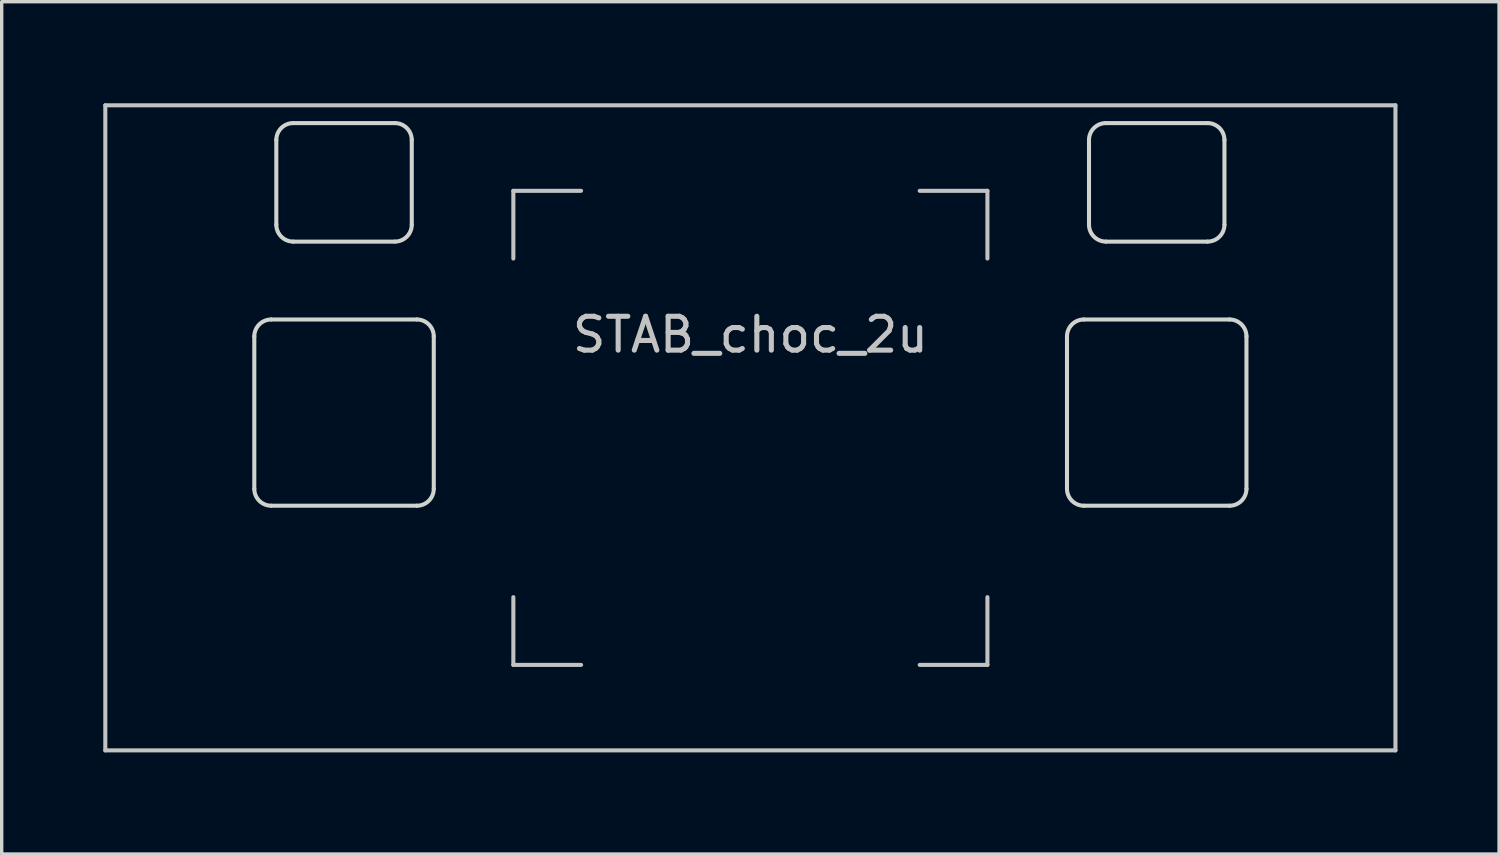
<source format=kicad_pcb>
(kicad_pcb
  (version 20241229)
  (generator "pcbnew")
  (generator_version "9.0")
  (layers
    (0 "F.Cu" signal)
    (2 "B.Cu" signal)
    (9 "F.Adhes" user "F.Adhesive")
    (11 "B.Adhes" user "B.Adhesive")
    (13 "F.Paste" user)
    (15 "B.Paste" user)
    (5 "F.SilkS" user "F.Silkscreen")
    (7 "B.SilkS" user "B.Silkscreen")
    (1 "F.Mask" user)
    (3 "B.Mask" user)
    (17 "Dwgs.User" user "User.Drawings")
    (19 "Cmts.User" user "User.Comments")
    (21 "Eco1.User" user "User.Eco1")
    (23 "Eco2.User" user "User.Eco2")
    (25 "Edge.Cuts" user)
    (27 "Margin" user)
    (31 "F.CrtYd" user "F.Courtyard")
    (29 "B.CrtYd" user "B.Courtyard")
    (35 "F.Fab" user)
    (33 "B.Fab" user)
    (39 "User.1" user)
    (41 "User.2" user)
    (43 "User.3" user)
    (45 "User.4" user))
  (footprint "STAB_choc_2u"
    (layer "F.Cu")
    (at 19.11 9.585)
    (property "Reference" "STAB_choc_2u" (at 0 -2.75 180) (layer "Dwgs.User") (effects (font (size 1 1) (thickness 0.15))))
    (attr exclude_from_pos_files exclude_from_bom)
    (fp_line (start -19.05 -9.525) (end -19.05 9.525) (stroke (width 0.12) (type solid)) (layer "Dwgs.User"))
    (fp_line (start -19.05 9.525) (end 19.05 9.525) (stroke (width 0.12) (type solid)) (layer "Dwgs.User"))
    (fp_line (start -7 -7) (end -7 -5) (stroke (width 0.12) (type solid)) (layer "Dwgs.User"))
    (fp_line (start -7 -7) (end -5 -7) (stroke (width 0.12) (type solid)) (layer "Dwgs.User"))
    (fp_line (start -7 7) (end -7 5) (stroke (width 0.12) (type solid)) (layer "Dwgs.User"))
    (fp_line (start -7 7) (end -5 7) (stroke (width 0.12) (type solid)) (layer "Dwgs.User"))
    (fp_line (start 7 -7) (end 5 -7) (stroke (width 0.12) (type solid)) (layer "Dwgs.User"))
    (fp_line (start 7 -7) (end 7 -5) (stroke (width 0.12) (type solid)) (layer "Dwgs.User"))
    (fp_line (start 7 5) (end 7 7) (stroke (width 0.12) (type solid)) (layer "Dwgs.User"))
    (fp_line (start 7 7) (end 5 7) (stroke (width 0.12) (type solid)) (layer "Dwgs.User"))
    (fp_line (start 19.05 -9.525) (end -19.05 -9.525) (stroke (width 0.12) (type solid)) (layer "Dwgs.User"))
    (fp_line (start 19.05 9.525) (end 19.05 -9.525) (stroke (width 0.12) (type solid)) (layer "Dwgs.User"))
    (fp_line (start -15.15 3.1) (end -15.15 -8.9) (stroke (width 0.12) (type solid)) (layer "Eco1.User"))
    (fp_line (start -14.65 -9.4) (end -9.35 -9.4) (stroke (width 0.12) (type solid)) (layer "Eco1.User"))
    (fp_line (start -14.65 3.6) (end -9.35 3.6) (stroke (width 0.12) (type solid)) (layer "Eco1.User"))
    (fp_line (start -8.85 -8.9) (end -8.85 3.1) (stroke (width 0.12) (type solid)) (layer "Eco1.User"))
    (fp_line (start 8.85 3.1) (end 8.85 -8.9) (stroke (width 0.12) (type solid)) (layer "Eco1.User"))
    (fp_line (start 9.35 -9.4) (end 14.65 -9.4) (stroke (width 0.12) (type solid)) (layer "Eco1.User"))
    (fp_line (start 9.35 3.6) (end 14.65 3.6) (stroke (width 0.12) (type solid)) (layer "Eco1.User"))
    (fp_line (start 15.15 -8.9) (end 15.15 3.1) (stroke (width 0.12) (type solid)) (layer "Eco1.User"))
    (fp_arc (start -15.15 -8.9) (mid -15.003553 -9.253553) (end -14.65 -9.4) (stroke (width 0.12) (type solid)) (layer "Eco1.User"))
    (fp_arc (start -14.65 3.6) (mid -15.003553 3.453553) (end -15.15 3.1) (stroke (width 0.12) (type solid)) (layer "Eco1.User"))
    (fp_arc (start -9.35 -9.4) (mid -8.996447 -9.253553) (end -8.85 -8.9) (stroke (width 0.12) (type solid)) (layer "Eco1.User"))
    (fp_arc (start -8.85 3.1) (mid -8.996447 3.453553) (end -9.35 3.6) (stroke (width 0.12) (type solid)) (layer "Eco1.User"))
    (fp_arc (start 8.85 -8.9) (mid 8.996447 -9.253553) (end 9.35 -9.4) (stroke (width 0.12) (type solid)) (layer "Eco1.User"))
    (fp_arc (start 9.35 3.6) (mid 8.996447 3.453553) (end 8.85 3.1) (stroke (width 0.12) (type solid)) (layer "Eco1.User"))
    (fp_arc (start 14.65 -9.4) (mid 15.003553 -9.253553) (end 15.15 -8.9) (stroke (width 0.12) (type solid)) (layer "Eco1.User"))
    (fp_arc (start 15.15 3.1) (mid 15.003553 3.453553) (end 14.65 3.6) (stroke (width 0.12) (type solid)) (layer "Eco1.User"))
    (fp_line (start -15.15 2.55) (end -15.15 -3.3) (stroke (width 0.05) (type solid)) (layer "Eco2.User"))
    (fp_line (start -14.65 -3.8) (end -14.3 -3.8) (stroke (width 0.05) (type solid)) (layer "Eco2.User"))
    (fp_line (start -14.65 3.05) (end -9.35 3.05) (stroke (width 0.05) (type solid)) (layer "Eco2.User"))
    (fp_line (start -13.8 -4.3) (end -13.8 -7.95) (stroke (width 0.05) (type solid)) (layer "Eco2.User"))
    (fp_line (start -13.3 -8.45) (end -10.7 -8.45) (stroke (width 0.05) (type solid)) (layer "Eco2.User"))
    (fp_line (start -10.2 -4.3) (end -10.2 -7.95) (stroke (width 0.05) (type solid)) (layer "Eco2.User"))
    (fp_line (start -9.35 -3.8) (end -9.7 -3.8) (stroke (width 0.05) (type solid)) (layer "Eco2.User"))
    (fp_line (start -8.85 2.55) (end -8.85 -3.3) (stroke (width 0.05) (type solid)) (layer "Eco2.User"))
    (fp_line (start 8.85 2.55) (end 8.85 -3.3) (stroke (width 0.05) (type solid)) (layer "Eco2.User"))
    (fp_line (start 9.35 -3.8) (end 9.7 -3.8) (stroke (width 0.05) (type solid)) (layer "Eco2.User"))
    (fp_line (start 10.2 -4.3) (end 10.2 -7.95) (stroke (width 0.05) (type solid)) (layer "Eco2.User"))
    (fp_line (start 13.3 -8.45) (end 10.7 -8.45) (stroke (width 0.05) (type solid)) (layer "Eco2.User"))
    (fp_line (start 13.8 -4.3) (end 13.8 -7.95) (stroke (width 0.05) (type solid)) (layer "Eco2.User"))
    (fp_line (start 14.65 -3.8) (end 14.3 -3.8) (stroke (width 0.05) (type solid)) (layer "Eco2.User"))
    (fp_line (start 14.65 3.05) (end 9.35 3.05) (stroke (width 0.05) (type solid)) (layer "Eco2.User"))
    (fp_line (start 15.15 2.55) (end 15.15 -3.3) (stroke (width 0.05) (type solid)) (layer "Eco2.User"))
    (fp_arc (start -15.15 -3.3) (mid -15.003553 -3.653553) (end -14.65 -3.8) (stroke (width 0.05) (type solid)) (layer "Eco2.User"))
    (fp_arc (start -14.65 3.05) (mid -15.003553 2.903553) (end -15.15 2.55) (stroke (width 0.05) (type solid)) (layer "Eco2.User"))
    (fp_arc (start -13.8 -7.95) (mid -13.653553 -8.303553) (end -13.3 -8.45) (stroke (width 0.05) (type solid)) (layer "Eco2.User"))
    (fp_arc (start -13.8 -4.3) (mid -13.946447 -3.946447) (end -14.3 -3.8) (stroke (width 0.05) (type solid)) (layer "Eco2.User"))
    (fp_arc (start -10.7 -8.45) (mid -10.346447 -8.303553) (end -10.2 -7.95) (stroke (width 0.05) (type solid)) (layer "Eco2.User"))
    (fp_arc (start -9.7 -3.8) (mid -10.053553 -3.946447) (end -10.2 -4.3) (stroke (width 0.05) (type solid)) (layer "Eco2.User"))
    (fp_arc (start -9.35 -3.8) (mid -8.996447 -3.653553) (end -8.85 -3.3) (stroke (width 0.05) (type solid)) (layer "Eco2.User"))
    (fp_arc (start -8.85 2.55) (mid -8.996447 2.903553) (end -9.35 3.05) (stroke (width 0.05) (type solid)) (layer "Eco2.User"))
    (fp_arc (start 8.85 -3.3) (mid 8.996447 -3.653553) (end 9.35 -3.8) (stroke (width 0.05) (type solid)) (layer "Eco2.User"))
    (fp_arc (start 9.35 3.05) (mid 8.996447 2.903553) (end 8.85 2.55) (stroke (width 0.05) (type solid)) (layer "Eco2.User"))
    (fp_arc (start 10.2 -7.95) (mid 10.346447 -8.303553) (end 10.7 -8.45) (stroke (width 0.05) (type solid)) (layer "Eco2.User"))
    (fp_arc (start 10.2 -4.3) (mid 10.053553 -3.946447) (end 9.7 -3.8) (stroke (width 0.05) (type solid)) (layer "Eco2.User"))
    (fp_arc (start 13.3 -8.45) (mid 13.653553 -8.303553) (end 13.8 -7.95) (stroke (width 0.05) (type solid)) (layer "Eco2.User"))
    (fp_arc (start 14.3 -3.8) (mid 13.946447 -3.946447) (end 13.8 -4.3) (stroke (width 0.05) (type solid)) (layer "Eco2.User"))
    (fp_arc (start 14.65 -3.8) (mid 15.003553 -3.653553) (end 15.15 -3.3) (stroke (width 0.05) (type solid)) (layer "Eco2.User"))
    (fp_arc (start 15.15 2.55) (mid 15.003553 2.903553) (end 14.65 3.05) (stroke (width 0.05) (type solid)) (layer "Eco2.User"))
    (fp_line (start -14.65 1.8) (end -14.65 -2.7) (stroke (width 0.12) (type solid)) (layer "Edge.Cuts"))
    (fp_line (start -14.15 -3.2) (end -9.85 -3.2) (stroke (width 0.12) (type solid)) (layer "Edge.Cuts"))
    (fp_line (start -14.15 2.3) (end -9.85 2.3) (stroke (width 0.12) (type solid)) (layer "Edge.Cuts"))
    (fp_line (start -14 -6) (end -14 -8.5) (stroke (width 0.12) (type solid)) (layer "Edge.Cuts"))
    (fp_line (start -13.5 -9) (end -10.5 -9) (stroke (width 0.12) (type solid)) (layer "Edge.Cuts"))
    (fp_line (start -13.5 -5.5) (end -10.5 -5.5) (stroke (width 0.12) (type solid)) (layer "Edge.Cuts"))
    (fp_line (start -10 -6) (end -10 -8.5) (stroke (width 0.12) (type solid)) (layer "Edge.Cuts"))
    (fp_line (start -9.35 1.8) (end -9.35 -2.7) (stroke (width 0.12) (type solid)) (layer "Edge.Cuts"))
    (fp_line (start 9.35 1.8) (end 9.35 -2.7) (stroke (width 0.12) (type solid)) (layer "Edge.Cuts"))
    (fp_line (start 10 -6) (end 10 -8.5) (stroke (width 0.12) (type solid)) (layer "Edge.Cuts"))
    (fp_line (start 13.5 -9) (end 10.5 -9) (stroke (width 0.12) (type solid)) (layer "Edge.Cuts"))
    (fp_line (start 13.5 -5.5) (end 10.5 -5.5) (stroke (width 0.12) (type solid)) (layer "Edge.Cuts"))
    (fp_line (start 14 -6) (end 14 -8.5) (stroke (width 0.12) (type solid)) (layer "Edge.Cuts"))
    (fp_line (start 14.15 -3.2) (end 9.85 -3.2) (stroke (width 0.12) (type solid)) (layer "Edge.Cuts"))
    (fp_line (start 14.15 2.3) (end 9.85 2.3) (stroke (width 0.12) (type solid)) (layer "Edge.Cuts"))
    (fp_line (start 14.65 1.8) (end 14.65 -2.7) (stroke (width 0.12) (type solid)) (layer "Edge.Cuts"))
    (fp_arc (start -14.65 -2.7) (mid -14.503553 -3.053553) (end -14.15 -3.2) (stroke (width 0.12) (type solid)) (layer "Edge.Cuts"))
    (fp_arc (start -14.15 2.3) (mid -14.503553 2.153553) (end -14.65 1.8) (stroke (width 0.12) (type solid)) (layer "Edge.Cuts"))
    (fp_arc (start -14 -8.5) (mid -13.853553 -8.853553) (end -13.5 -9) (stroke (width 0.12) (type solid)) (layer "Edge.Cuts"))
    (fp_arc (start -13.5 -5.5) (mid -13.853553 -5.646447) (end -14 -6) (stroke (width 0.12) (type solid)) (layer "Edge.Cuts"))
    (fp_arc (start -10.5 -9) (mid -10.146447 -8.853553) (end -10 -8.5) (stroke (width 0.12) (type solid)) (layer "Edge.Cuts"))
    (fp_arc (start -10 -6) (mid -10.146447 -5.646447) (end -10.5 -5.5) (stroke (width 0.12) (type solid)) (layer "Edge.Cuts"))
    (fp_arc (start -9.85 -3.2) (mid -9.496447 -3.053553) (end -9.35 -2.7) (stroke (width 0.12) (type solid)) (layer "Edge.Cuts"))
    (fp_arc (start -9.35 1.8) (mid -9.496447 2.153553) (end -9.85 2.3) (stroke (width 0.12) (type solid)) (layer "Edge.Cuts"))
    (fp_arc (start 9.35 -2.7) (mid 9.496447 -3.053553) (end 9.85 -3.2) (stroke (width 0.12) (type solid)) (layer "Edge.Cuts"))
    (fp_arc (start 9.85 2.3) (mid 9.496447 2.153553) (end 9.35 1.8) (stroke (width 0.12) (type solid)) (layer "Edge.Cuts"))
    (fp_arc (start 10 -8.5) (mid 10.146447 -8.853553) (end 10.5 -9) (stroke (width 0.12) (type solid)) (layer "Edge.Cuts"))
    (fp_arc (start 10.5 -5.5) (mid 10.146447 -5.646447) (end 10 -6) (stroke (width 0.12) (type solid)) (layer "Edge.Cuts"))
    (fp_arc (start 13.5 -9) (mid 13.853553 -8.853553) (end 14 -8.5) (stroke (width 0.12) (type solid)) (layer "Edge.Cuts"))
    (fp_arc (start 14 -6) (mid 13.853553 -5.646447) (end 13.5 -5.5) (stroke (width 0.12) (type solid)) (layer "Edge.Cuts"))
    (fp_arc (start 14.15 -3.2) (mid 14.503553 -3.053553) (end 14.65 -2.7) (stroke (width 0.12) (type solid)) (layer "Edge.Cuts"))
    (fp_arc (start 14.65 1.8) (mid 14.503553 2.153553) (end 14.15 2.3) (stroke (width 0.12) (type solid)) (layer "Edge.Cuts")))
  (gr_rect
    (start -3 -3)
    (end 41.22 22.17)
    (stroke (width 0.1) (type default))
    (fill no)
    (layer "Edge.Cuts")))
</source>
